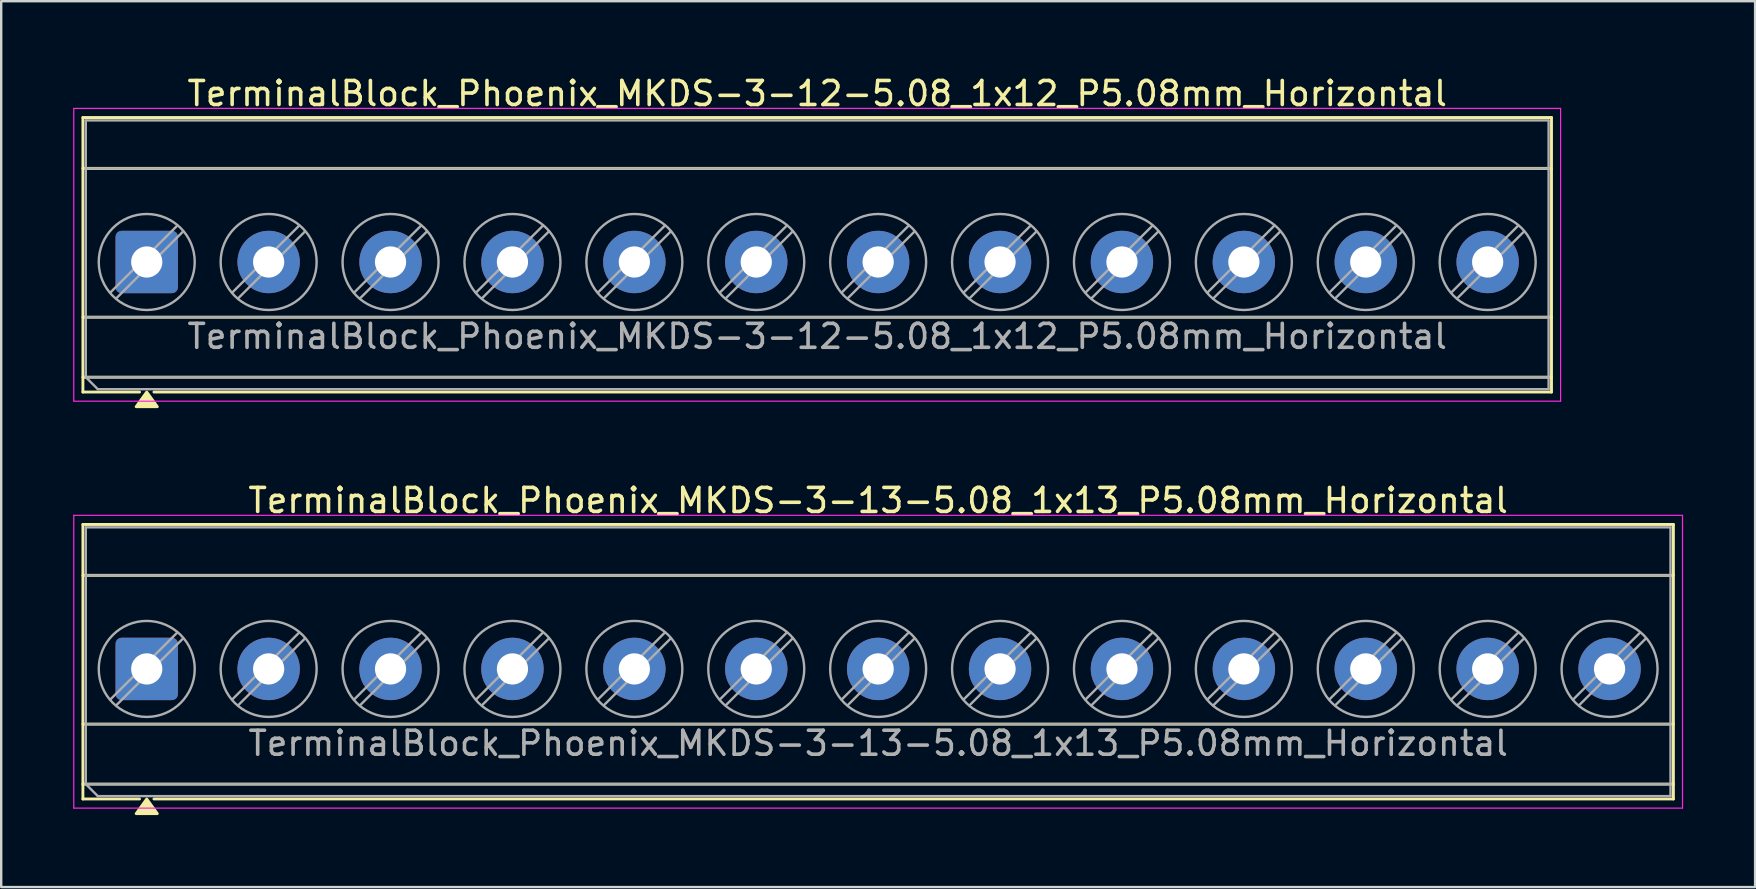
<source format=kicad_pcb>
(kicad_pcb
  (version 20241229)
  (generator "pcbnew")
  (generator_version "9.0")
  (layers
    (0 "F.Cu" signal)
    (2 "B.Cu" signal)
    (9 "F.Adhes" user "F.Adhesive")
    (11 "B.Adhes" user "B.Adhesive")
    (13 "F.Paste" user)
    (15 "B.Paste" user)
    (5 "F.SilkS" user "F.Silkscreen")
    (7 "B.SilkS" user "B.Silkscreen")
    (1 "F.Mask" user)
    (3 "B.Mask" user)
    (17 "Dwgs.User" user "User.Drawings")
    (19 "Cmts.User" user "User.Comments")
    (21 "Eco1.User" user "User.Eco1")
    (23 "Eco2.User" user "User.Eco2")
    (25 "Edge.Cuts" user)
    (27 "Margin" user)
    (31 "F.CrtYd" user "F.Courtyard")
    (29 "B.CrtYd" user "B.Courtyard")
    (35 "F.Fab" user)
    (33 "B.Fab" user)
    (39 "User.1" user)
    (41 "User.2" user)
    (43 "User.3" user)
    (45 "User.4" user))
  (footprint "TerminalBlock_Phoenix_MKDS-3-12-5.08_1x12_P5.08mm_Horizontal"
    (layer "F.Cu")
    (at 3.065 7.868)
    (property "Reference" "TerminalBlock_Phoenix_MKDS-3-12-5.08_1x12_P5.08mm_Horizontal" (at 27.94 -7.02 0) (layer "F.SilkS") (effects (font (size 1 1) (thickness 0.15))))
    (attr through_hole)
    (fp_line (start -2.66 -6.02) (end -2.66 5.42) (stroke (width 0.12) (type solid)) (layer "F.SilkS"))
    (fp_line (start -2.66 -6.02) (end 58.54 -6.02) (stroke (width 0.12) (type solid)) (layer "F.SilkS"))
    (fp_line (start -2.66 -3.9) (end 58.54 -3.9) (stroke (width 0.12) (type solid)) (layer "F.SilkS"))
    (fp_line (start -2.66 2.3) (end 58.54 2.3) (stroke (width 0.12) (type solid)) (layer "F.SilkS"))
    (fp_line (start -2.66 4.8) (end 58.54 4.8) (stroke (width 0.12) (type solid)) (layer "F.SilkS"))
    (fp_line (start -2.66 5.42) (end -0.3 5.42) (stroke (width 0.12) (type solid)) (layer "F.SilkS"))
    (fp_line (start 0.3 5.42) (end 58.54 5.42) (stroke (width 0.12) (type solid)) (layer "F.SilkS"))
    (fp_line (start 58.54 -6.02) (end 58.54 5.42) (stroke (width 0.12) (type solid)) (layer "F.SilkS"))
    (fp_poly (pts (xy 0 5.42) (xy 0.44 6.03) (xy -0.44 6.03)) (stroke (width 0.12) (type solid)) (fill yes) (layer "F.SilkS"))
    (fp_line (start -3.04 -6.4) (end -3.04 5.8) (stroke (width 0.05) (type solid)) (layer "F.CrtYd"))
    (fp_line (start -3.04 5.8) (end 58.92 5.8) (stroke (width 0.05) (type solid)) (layer "F.CrtYd"))
    (fp_line (start 58.92 -6.4) (end -3.04 -6.4) (stroke (width 0.05) (type solid)) (layer "F.CrtYd"))
    (fp_line (start 58.92 5.8) (end 58.92 -6.4) (stroke (width 0.05) (type solid)) (layer "F.CrtYd"))
    (fp_line (start -2.54 -5.9) (end 58.42 -5.9) (stroke (width 0.1) (type solid)) (layer "F.Fab"))
    (fp_line (start -2.54 -3.9) (end 58.42 -3.9) (stroke (width 0.1) (type solid)) (layer "F.Fab"))
    (fp_line (start -2.54 2.3) (end 58.42 2.3) (stroke (width 0.1) (type solid)) (layer "F.Fab"))
    (fp_line (start -2.54 4.8) (end -2.54 -5.9) (stroke (width 0.1) (type solid)) (layer "F.Fab"))
    (fp_line (start -2.54 4.8) (end 58.42 4.8) (stroke (width 0.1) (type solid)) (layer "F.Fab"))
    (fp_line (start -2.04 5.3) (end -2.54 4.8) (stroke (width 0.1) (type solid)) (layer "F.Fab"))
    (fp_line (start 1.273 -1.517) (end -1.517 1.273) (stroke (width 0.1) (type solid)) (layer "F.Fab"))
    (fp_line (start 1.517 -1.273) (end -1.273 1.517) (stroke (width 0.1) (type solid)) (layer "F.Fab"))
    (fp_line (start 6.353 -1.517) (end 3.563 1.273) (stroke (width 0.1) (type solid)) (layer "F.Fab"))
    (fp_line (start 6.597 -1.273) (end 3.807 1.517) (stroke (width 0.1) (type solid)) (layer "F.Fab"))
    (fp_line (start 11.433 -1.517) (end 8.643 1.273) (stroke (width 0.1) (type solid)) (layer "F.Fab"))
    (fp_line (start 11.677 -1.273) (end 8.887 1.517) (stroke (width 0.1) (type solid)) (layer "F.Fab"))
    (fp_line (start 16.513 -1.517) (end 13.723 1.273) (stroke (width 0.1) (type solid)) (layer "F.Fab"))
    (fp_line (start 16.757 -1.273) (end 13.967 1.517) (stroke (width 0.1) (type solid)) (layer "F.Fab"))
    (fp_line (start 21.593 -1.517) (end 18.803 1.273) (stroke (width 0.1) (type solid)) (layer "F.Fab"))
    (fp_line (start 21.837 -1.273) (end 19.047 1.517) (stroke (width 0.1) (type solid)) (layer "F.Fab"))
    (fp_line (start 26.673 -1.517) (end 23.883 1.273) (stroke (width 0.1) (type solid)) (layer "F.Fab"))
    (fp_line (start 26.917 -1.273) (end 24.127 1.517) (stroke (width 0.1) (type solid)) (layer "F.Fab"))
    (fp_line (start 31.753 -1.517) (end 28.963 1.273) (stroke (width 0.1) (type solid)) (layer "F.Fab"))
    (fp_line (start 31.997 -1.273) (end 29.207 1.517) (stroke (width 0.1) (type solid)) (layer "F.Fab"))
    (fp_line (start 36.833 -1.517) (end 34.043 1.273) (stroke (width 0.1) (type solid)) (layer "F.Fab"))
    (fp_line (start 37.077 -1.273) (end 34.287 1.517) (stroke (width 0.1) (type solid)) (layer "F.Fab"))
    (fp_line (start 41.913 -1.517) (end 39.123 1.273) (stroke (width 0.1) (type solid)) (layer "F.Fab"))
    (fp_line (start 42.157 -1.273) (end 39.367 1.517) (stroke (width 0.1) (type solid)) (layer "F.Fab"))
    (fp_line (start 46.993 -1.517) (end 44.203 1.273) (stroke (width 0.1) (type solid)) (layer "F.Fab"))
    (fp_line (start 47.237 -1.273) (end 44.447 1.517) (stroke (width 0.1) (type solid)) (layer "F.Fab"))
    (fp_line (start 52.073 -1.517) (end 49.283 1.273) (stroke (width 0.1) (type solid)) (layer "F.Fab"))
    (fp_line (start 52.317 -1.273) (end 49.527 1.517) (stroke (width 0.1) (type solid)) (layer "F.Fab"))
    (fp_line (start 57.153 -1.517) (end 54.363 1.273) (stroke (width 0.1) (type solid)) (layer "F.Fab"))
    (fp_line (start 57.397 -1.273) (end 54.607 1.517) (stroke (width 0.1) (type solid)) (layer "F.Fab"))
    (fp_line (start 58.42 -5.9) (end 58.42 5.3) (stroke (width 0.1) (type solid)) (layer "F.Fab"))
    (fp_line (start 58.42 5.3) (end -2.04 5.3) (stroke (width 0.1) (type solid)) (layer "F.Fab"))
    (fp_circle (center 0 0) (end 2 0) (stroke (width 0.1) (type solid)) (fill no) (layer "F.Fab"))
    (fp_circle (center 5.08 0) (end 7.08 0) (stroke (width 0.1) (type solid)) (fill no) (layer "F.Fab"))
    (fp_circle (center 10.16 0) (end 12.16 0) (stroke (width 0.1) (type solid)) (fill no) (layer "F.Fab"))
    (fp_circle (center 15.24 0) (end 17.24 0) (stroke (width 0.1) (type solid)) (fill no) (layer "F.Fab"))
    (fp_circle (center 20.32 0) (end 22.32 0) (stroke (width 0.1) (type solid)) (fill no) (layer "F.Fab"))
    (fp_circle (center 25.4 0) (end 27.4 0) (stroke (width 0.1) (type solid)) (fill no) (layer "F.Fab"))
    (fp_circle (center 30.48 0) (end 32.48 0) (stroke (width 0.1) (type solid)) (fill no) (layer "F.Fab"))
    (fp_circle (center 35.56 0) (end 37.56 0) (stroke (width 0.1) (type solid)) (fill no) (layer "F.Fab"))
    (fp_circle (center 40.64 0) (end 42.64 0) (stroke (width 0.1) (type solid)) (fill no) (layer "F.Fab"))
    (fp_circle (center 45.72 0) (end 47.72 0) (stroke (width 0.1) (type solid)) (fill no) (layer "F.Fab"))
    (fp_circle (center 50.8 0) (end 52.8 0) (stroke (width 0.1) (type solid)) (fill no) (layer "F.Fab"))
    (fp_circle (center 55.88 0) (end 57.88 0) (stroke (width 0.1) (type solid)) (fill no) (layer "F.Fab"))
    (fp_text user "${REFERENCE}" (at 27.94 3.1 0) (layer "F.Fab") (effects (font (size 1 1) (thickness 0.15))))
    (pad "1" thru_hole roundrect (at 0 0) (size 2.6 2.6) (drill 1.3) (layers "*.Cu" "*.Mask") (roundrect_rratio 0.096))
    (pad "2" thru_hole circle (at 5.08 0) (size 2.6 2.6) (drill 1.3) (layers "*.Cu" "*.Mask"))
    (pad "3" thru_hole circle (at 10.16 0) (size 2.6 2.6) (drill 1.3) (layers "*.Cu" "*.Mask"))
    (pad "4" thru_hole circle (at 15.24 0) (size 2.6 2.6) (drill 1.3) (layers "*.Cu" "*.Mask"))
    (pad "5" thru_hole circle (at 20.32 0) (size 2.6 2.6) (drill 1.3) (layers "*.Cu" "*.Mask"))
    (pad "6" thru_hole circle (at 25.4 0) (size 2.6 2.6) (drill 1.3) (layers "*.Cu" "*.Mask"))
    (pad "7" thru_hole circle (at 30.48 0) (size 2.6 2.6) (drill 1.3) (layers "*.Cu" "*.Mask"))
    (pad "8" thru_hole circle (at 35.56 0) (size 2.6 2.6) (drill 1.3) (layers "*.Cu" "*.Mask"))
    (pad "9" thru_hole circle (at 40.64 0) (size 2.6 2.6) (drill 1.3) (layers "*.Cu" "*.Mask"))
    (pad "10" thru_hole circle (at 45.72 0) (size 2.6 2.6) (drill 1.3) (layers "*.Cu" "*.Mask"))
    (pad "11" thru_hole circle (at 50.8 0) (size 2.6 2.6) (drill 1.3) (layers "*.Cu" "*.Mask"))
    (pad "12" thru_hole circle (at 55.88 0) (size 2.6 2.6) (drill 1.3) (layers "*.Cu" "*.Mask")))
  (footprint "TerminalBlock_Phoenix_MKDS-3-13-5.08_1x13_P5.08mm_Horizontal"
    (layer "F.Cu")
    (at 3.065 24.826)
    (property "Reference" "TerminalBlock_Phoenix_MKDS-3-13-5.08_1x13_P5.08mm_Horizontal" (at 30.48 -7.02 0) (layer "F.SilkS") (effects (font (size 1 1) (thickness 0.15))))
    (attr through_hole)
    (fp_line (start -2.66 -6.02) (end -2.66 5.42) (stroke (width 0.12) (type solid)) (layer "F.SilkS"))
    (fp_line (start -2.66 -6.02) (end 63.62 -6.02) (stroke (width 0.12) (type solid)) (layer "F.SilkS"))
    (fp_line (start -2.66 -3.9) (end 63.62 -3.9) (stroke (width 0.12) (type solid)) (layer "F.SilkS"))
    (fp_line (start -2.66 2.3) (end 63.62 2.3) (stroke (width 0.12) (type solid)) (layer "F.SilkS"))
    (fp_line (start -2.66 4.8) (end 63.62 4.8) (stroke (width 0.12) (type solid)) (layer "F.SilkS"))
    (fp_line (start -2.66 5.42) (end -0.3 5.42) (stroke (width 0.12) (type solid)) (layer "F.SilkS"))
    (fp_line (start 0.3 5.42) (end 63.62 5.42) (stroke (width 0.12) (type solid)) (layer "F.SilkS"))
    (fp_line (start 63.62 -6.02) (end 63.62 5.42) (stroke (width 0.12) (type solid)) (layer "F.SilkS"))
    (fp_poly (pts (xy 0 5.42) (xy 0.44 6.03) (xy -0.44 6.03)) (stroke (width 0.12) (type solid)) (fill yes) (layer "F.SilkS"))
    (fp_line (start -3.04 -6.4) (end -3.04 5.8) (stroke (width 0.05) (type solid)) (layer "F.CrtYd"))
    (fp_line (start -3.04 5.8) (end 64 5.8) (stroke (width 0.05) (type solid)) (layer "F.CrtYd"))
    (fp_line (start 64 -6.4) (end -3.04 -6.4) (stroke (width 0.05) (type solid)) (layer "F.CrtYd"))
    (fp_line (start 64 5.8) (end 64 -6.4) (stroke (width 0.05) (type solid)) (layer "F.CrtYd"))
    (fp_line (start -2.54 -5.9) (end 63.5 -5.9) (stroke (width 0.1) (type solid)) (layer "F.Fab"))
    (fp_line (start -2.54 -3.9) (end 63.5 -3.9) (stroke (width 0.1) (type solid)) (layer "F.Fab"))
    (fp_line (start -2.54 2.3) (end 63.5 2.3) (stroke (width 0.1) (type solid)) (layer "F.Fab"))
    (fp_line (start -2.54 4.8) (end -2.54 -5.9) (stroke (width 0.1) (type solid)) (layer "F.Fab"))
    (fp_line (start -2.54 4.8) (end 63.5 4.8) (stroke (width 0.1) (type solid)) (layer "F.Fab"))
    (fp_line (start -2.04 5.3) (end -2.54 4.8) (stroke (width 0.1) (type solid)) (layer "F.Fab"))
    (fp_line (start 1.273 -1.517) (end -1.517 1.273) (stroke (width 0.1) (type solid)) (layer "F.Fab"))
    (fp_line (start 1.517 -1.273) (end -1.273 1.517) (stroke (width 0.1) (type solid)) (layer "F.Fab"))
    (fp_line (start 6.353 -1.517) (end 3.563 1.273) (stroke (width 0.1) (type solid)) (layer "F.Fab"))
    (fp_line (start 6.597 -1.273) (end 3.807 1.517) (stroke (width 0.1) (type solid)) (layer "F.Fab"))
    (fp_line (start 11.433 -1.517) (end 8.643 1.273) (stroke (width 0.1) (type solid)) (layer "F.Fab"))
    (fp_line (start 11.677 -1.273) (end 8.887 1.517) (stroke (width 0.1) (type solid)) (layer "F.Fab"))
    (fp_line (start 16.513 -1.517) (end 13.723 1.273) (stroke (width 0.1) (type solid)) (layer "F.Fab"))
    (fp_line (start 16.757 -1.273) (end 13.967 1.517) (stroke (width 0.1) (type solid)) (layer "F.Fab"))
    (fp_line (start 21.593 -1.517) (end 18.803 1.273) (stroke (width 0.1) (type solid)) (layer "F.Fab"))
    (fp_line (start 21.837 -1.273) (end 19.047 1.517) (stroke (width 0.1) (type solid)) (layer "F.Fab"))
    (fp_line (start 26.673 -1.517) (end 23.883 1.273) (stroke (width 0.1) (type solid)) (layer "F.Fab"))
    (fp_line (start 26.917 -1.273) (end 24.127 1.517) (stroke (width 0.1) (type solid)) (layer "F.Fab"))
    (fp_line (start 31.753 -1.517) (end 28.963 1.273) (stroke (width 0.1) (type solid)) (layer "F.Fab"))
    (fp_line (start 31.997 -1.273) (end 29.207 1.517) (stroke (width 0.1) (type solid)) (layer "F.Fab"))
    (fp_line (start 36.833 -1.517) (end 34.043 1.273) (stroke (width 0.1) (type solid)) (layer "F.Fab"))
    (fp_line (start 37.077 -1.273) (end 34.287 1.517) (stroke (width 0.1) (type solid)) (layer "F.Fab"))
    (fp_line (start 41.913 -1.517) (end 39.123 1.273) (stroke (width 0.1) (type solid)) (layer "F.Fab"))
    (fp_line (start 42.157 -1.273) (end 39.367 1.517) (stroke (width 0.1) (type solid)) (layer "F.Fab"))
    (fp_line (start 46.993 -1.517) (end 44.203 1.273) (stroke (width 0.1) (type solid)) (layer "F.Fab"))
    (fp_line (start 47.237 -1.273) (end 44.447 1.517) (stroke (width 0.1) (type solid)) (layer "F.Fab"))
    (fp_line (start 52.073 -1.517) (end 49.283 1.273) (stroke (width 0.1) (type solid)) (layer "F.Fab"))
    (fp_line (start 52.317 -1.273) (end 49.527 1.517) (stroke (width 0.1) (type solid)) (layer "F.Fab"))
    (fp_line (start 57.153 -1.517) (end 54.363 1.273) (stroke (width 0.1) (type solid)) (layer "F.Fab"))
    (fp_line (start 57.397 -1.273) (end 54.607 1.517) (stroke (width 0.1) (type solid)) (layer "F.Fab"))
    (fp_line (start 62.233 -1.517) (end 59.443 1.273) (stroke (width 0.1) (type solid)) (layer "F.Fab"))
    (fp_line (start 62.477 -1.273) (end 59.687 1.517) (stroke (width 0.1) (type solid)) (layer "F.Fab"))
    (fp_line (start 63.5 -5.9) (end 63.5 5.3) (stroke (width 0.1) (type solid)) (layer "F.Fab"))
    (fp_line (start 63.5 5.3) (end -2.04 5.3) (stroke (width 0.1) (type solid)) (layer "F.Fab"))
    (fp_circle (center 0 0) (end 2 0) (stroke (width 0.1) (type solid)) (fill no) (layer "F.Fab"))
    (fp_circle (center 5.08 0) (end 7.08 0) (stroke (width 0.1) (type solid)) (fill no) (layer "F.Fab"))
    (fp_circle (center 10.16 0) (end 12.16 0) (stroke (width 0.1) (type solid)) (fill no) (layer "F.Fab"))
    (fp_circle (center 15.24 0) (end 17.24 0) (stroke (width 0.1) (type solid)) (fill no) (layer "F.Fab"))
    (fp_circle (center 20.32 0) (end 22.32 0) (stroke (width 0.1) (type solid)) (fill no) (layer "F.Fab"))
    (fp_circle (center 25.4 0) (end 27.4 0) (stroke (width 0.1) (type solid)) (fill no) (layer "F.Fab"))
    (fp_circle (center 30.48 0) (end 32.48 0) (stroke (width 0.1) (type solid)) (fill no) (layer "F.Fab"))
    (fp_circle (center 35.56 0) (end 37.56 0) (stroke (width 0.1) (type solid)) (fill no) (layer "F.Fab"))
    (fp_circle (center 40.64 0) (end 42.64 0) (stroke (width 0.1) (type solid)) (fill no) (layer "F.Fab"))
    (fp_circle (center 45.72 0) (end 47.72 0) (stroke (width 0.1) (type solid)) (fill no) (layer "F.Fab"))
    (fp_circle (center 50.8 0) (end 52.8 0) (stroke (width 0.1) (type solid)) (fill no) (layer "F.Fab"))
    (fp_circle (center 55.88 0) (end 57.88 0) (stroke (width 0.1) (type solid)) (fill no) (layer "F.Fab"))
    (fp_circle (center 60.96 0) (end 62.96 0) (stroke (width 0.1) (type solid)) (fill no) (layer "F.Fab"))
    (fp_text user "${REFERENCE}" (at 30.48 3.1 0) (layer "F.Fab") (effects (font (size 1 1) (thickness 0.15))))
    (pad "1" thru_hole roundrect (at 0 0) (size 2.6 2.6) (drill 1.3) (layers "*.Cu" "*.Mask") (roundrect_rratio 0.096))
    (pad "2" thru_hole circle (at 5.08 0) (size 2.6 2.6) (drill 1.3) (layers "*.Cu" "*.Mask"))
    (pad "3" thru_hole circle (at 10.16 0) (size 2.6 2.6) (drill 1.3) (layers "*.Cu" "*.Mask"))
    (pad "4" thru_hole circle (at 15.24 0) (size 2.6 2.6) (drill 1.3) (layers "*.Cu" "*.Mask"))
    (pad "5" thru_hole circle (at 20.32 0) (size 2.6 2.6) (drill 1.3) (layers "*.Cu" "*.Mask"))
    (pad "6" thru_hole circle (at 25.4 0) (size 2.6 2.6) (drill 1.3) (layers "*.Cu" "*.Mask"))
    (pad "7" thru_hole circle (at 30.48 0) (size 2.6 2.6) (drill 1.3) (layers "*.Cu" "*.Mask"))
    (pad "8" thru_hole circle (at 35.56 0) (size 2.6 2.6) (drill 1.3) (layers "*.Cu" "*.Mask"))
    (pad "9" thru_hole circle (at 40.64 0) (size 2.6 2.6) (drill 1.3) (layers "*.Cu" "*.Mask"))
    (pad "10" thru_hole circle (at 45.72 0) (size 2.6 2.6) (drill 1.3) (layers "*.Cu" "*.Mask"))
    (pad "11" thru_hole circle (at 50.8 0) (size 2.6 2.6) (drill 1.3) (layers "*.Cu" "*.Mask"))
    (pad "12" thru_hole circle (at 55.88 0) (size 2.6 2.6) (drill 1.3) (layers "*.Cu" "*.Mask"))
    (pad "13" thru_hole circle (at 60.96 0) (size 2.6 2.6) (drill 1.3) (layers "*.Cu" "*.Mask")))
  (gr_rect
    (start -3 -3)
    (end 70.09 33.916)
    (stroke (width 0.1) (type default))
    (fill no)
    (layer "Edge.Cuts")))
</source>
